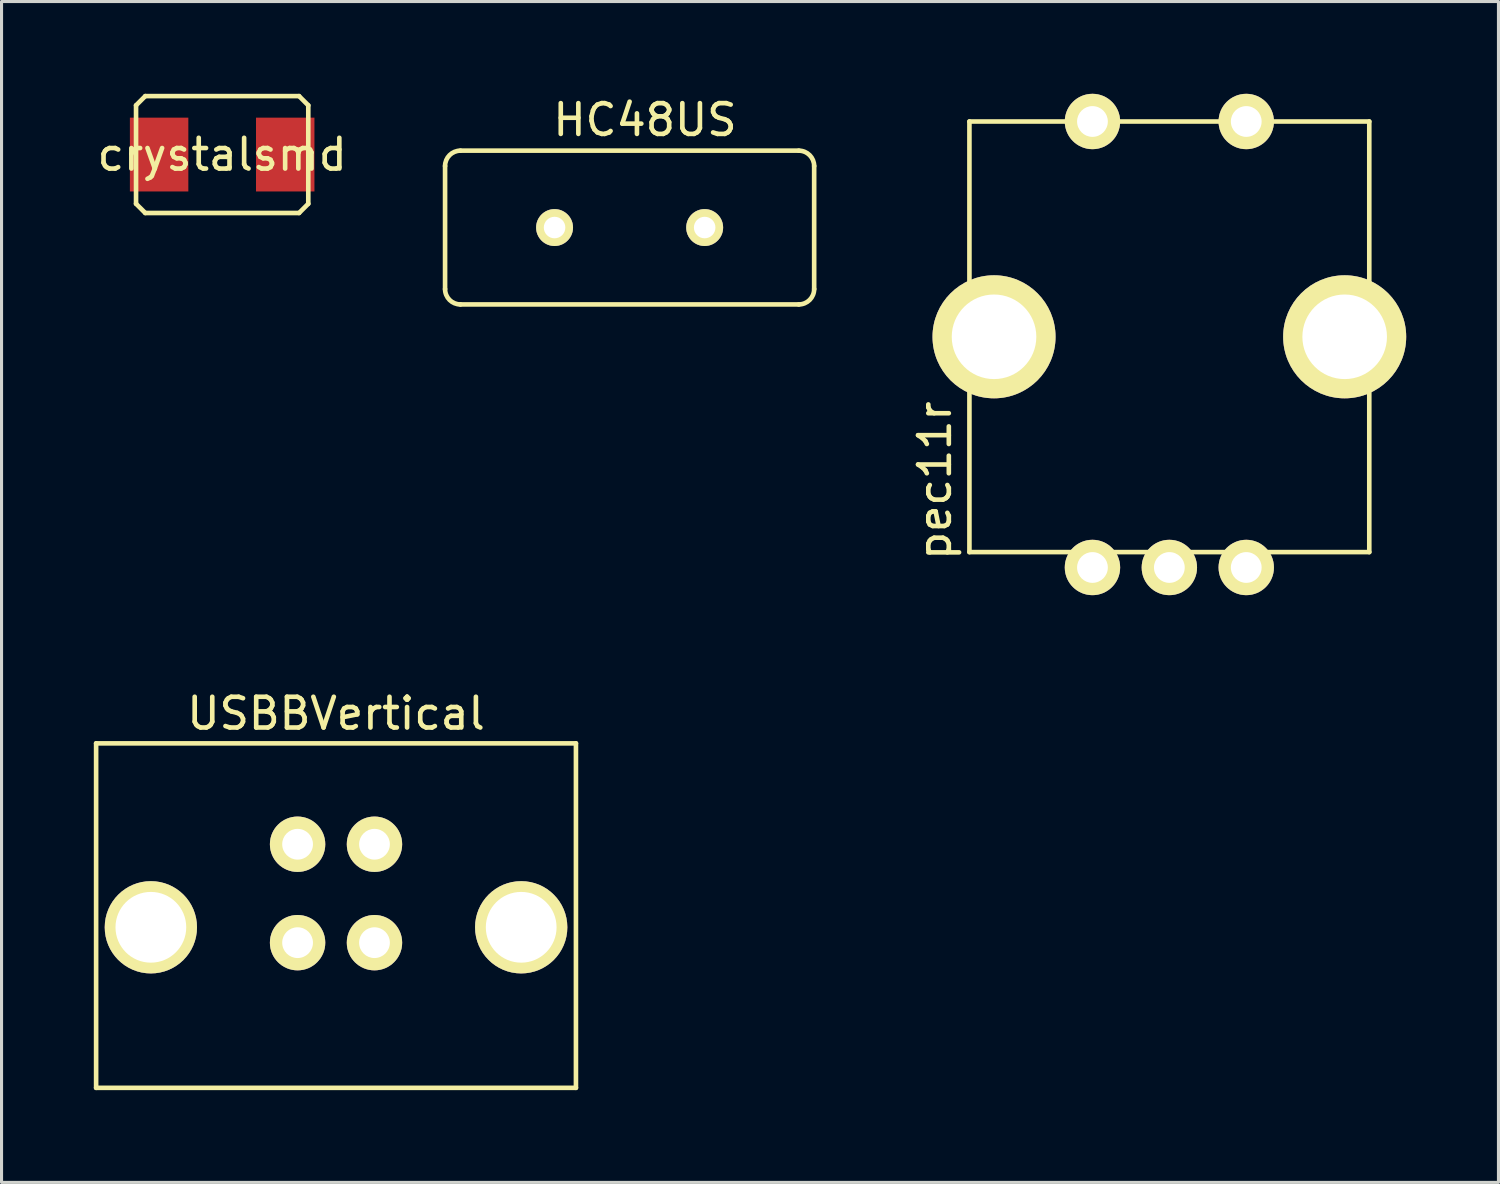
<source format=kicad_pcb>
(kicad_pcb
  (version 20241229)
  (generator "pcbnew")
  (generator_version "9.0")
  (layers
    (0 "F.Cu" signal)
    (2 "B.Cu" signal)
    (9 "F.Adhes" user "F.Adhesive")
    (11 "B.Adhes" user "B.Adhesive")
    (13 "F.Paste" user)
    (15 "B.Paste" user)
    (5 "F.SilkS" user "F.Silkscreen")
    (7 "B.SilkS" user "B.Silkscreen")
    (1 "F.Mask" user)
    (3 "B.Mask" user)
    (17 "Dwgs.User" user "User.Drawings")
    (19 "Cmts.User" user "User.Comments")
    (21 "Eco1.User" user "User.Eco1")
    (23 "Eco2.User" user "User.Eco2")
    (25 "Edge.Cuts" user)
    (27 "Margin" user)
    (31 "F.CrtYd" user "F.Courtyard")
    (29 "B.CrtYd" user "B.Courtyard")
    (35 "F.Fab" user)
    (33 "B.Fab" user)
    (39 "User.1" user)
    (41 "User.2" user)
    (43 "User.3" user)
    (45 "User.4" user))
  (footprint "HC48US"
    (layer "F.Cu")
    (at 17.42 4.348)
    (property "Reference" "HC48US" (at 0.5 -3.5 0) (layer "F.SilkS") (effects (font (size 1 1) (thickness 0.15))))
    (attr through_hole)
    (fp_line (start -6 2) (end -6 -2) (stroke (width 0.15) (type solid)) (layer "F.SilkS"))
    (fp_line (start -5.5 -2.5) (end 5.5 -2.5) (stroke (width 0.15) (type solid)) (layer "F.SilkS"))
    (fp_line (start 5.5 2.5) (end -5.5 2.5) (stroke (width 0.15) (type solid)) (layer "F.SilkS"))
    (fp_line (start 6 -2) (end 6 2) (stroke (width 0.15) (type solid)) (layer "F.SilkS"))
    (fp_arc (start -6 -2) (mid -5.853553 -2.353553) (end -5.5 -2.5) (stroke (width 0.15) (type solid)) (layer "F.SilkS"))
    (fp_arc (start -5.5 2.5) (mid -5.853553 2.353553) (end -6 2) (stroke (width 0.15) (type solid)) (layer "F.SilkS"))
    (fp_arc (start 5.5 -2.5) (mid 5.853553 -2.353553) (end 6 -2) (stroke (width 0.15) (type solid)) (layer "F.SilkS"))
    (fp_arc (start 6 2) (mid 5.853553 2.353553) (end 5.5 2.5) (stroke (width 0.15) (type solid)) (layer "F.SilkS"))
    (pad "1" thru_hole circle (at 2.44 0) (size 1.2 1.2) (drill 0.7) (layers "*.Cu" "*.Mask" "F.SilkS"))
    (pad "2" thru_hole circle (at -2.44 0) (size 1.2 1.2) (drill 0.7) (layers "*.Cu" "*.Mask" "F.SilkS")))
  (footprint "pec11r"
    (layer "F.Cu")
    (at 34.968 7.9)
    (property "Reference" "pec11r" (at -7.625 4.675 90) (layer "F.SilkS") (effects (font (size 1 1) (thickness 0.15))))
    (attr through_hole)
    (fp_line (start -6.5 -7) (end 6.5 -7) (stroke (width 0.15) (type solid)) (layer "F.SilkS"))
    (fp_line (start -6.5 7) (end -6.5 -7) (stroke (width 0.15) (type solid)) (layer "F.SilkS"))
    (fp_line (start 6.5 -7) (end 6.5 7) (stroke (width 0.15) (type solid)) (layer "F.SilkS"))
    (fp_line (start 6.5 7) (end -6.5 7) (stroke (width 0.15) (type solid)) (layer "F.SilkS"))
    (pad "" thru_hole circle (at -5.7 0) (size 4 4) (drill 2.75) (layers "*.Cu" "*.Mask" "F.SilkS"))
    (pad "" thru_hole circle (at 5.7 0) (size 4 4) (drill 2.75) (layers "*.Cu" "*.Mask" "F.SilkS"))
    (pad "1" thru_hole circle (at -2.5 7.5) (size 1.8 1.8) (drill 1) (layers "*.Cu" "*.Mask" "F.SilkS"))
    (pad "2" thru_hole circle (at 0 7.5) (size 1.8 1.8) (drill 1) (layers "*.Cu" "*.Mask" "F.SilkS"))
    (pad "3" thru_hole circle (at 2.5 7.5) (size 1.8 1.8) (drill 1) (layers "*.Cu" "*.Mask" "F.SilkS"))
    (pad "4" thru_hole circle (at -2.5 -7) (size 1.8 1.8) (drill 1) (layers "*.Cu" "*.Mask" "F.SilkS"))
    (pad "5" thru_hole circle (at 2.5 -7) (size 1.8 1.8) (drill 1) (layers "*.Cu" "*.Mask" "F.SilkS")))
  (footprint "USBBVertical"
    (layer "F.Cu")
    (at 7.875 26.648)
    (property "Reference" "USBBVertical" (at 0 -6.5 0) (layer "F.SilkS") (effects (font (size 1 1) (thickness 0.15))))
    (attr through_hole)
    (fp_line (start -7.8 -5.53) (end -7.8 5.67) (stroke (width 0.15) (type solid)) (layer "F.SilkS"))
    (fp_line (start -7.8 -5.53) (end 7.8 -5.53) (stroke (width 0.15) (type solid)) (layer "F.SilkS"))
    (fp_line (start -7.8 5.67) (end 7.8 5.67) (stroke (width 0.15) (type solid)) (layer "F.SilkS"))
    (fp_line (start 7.8 -5.53) (end 7.8 5.67) (stroke (width 0.15) (type solid)) (layer "F.SilkS"))
    (pad "1" thru_hole circle (at 1.25 -2.25) (size 1.8 1.8) (drill 1) (layers "*.Cu" "*.Mask" "F.SilkS"))
    (pad "2" thru_hole circle (at -1.25 -2.25) (size 1.8 1.8) (drill 1) (layers "*.Cu" "*.Mask" "F.SilkS"))
    (pad "3" thru_hole circle (at -1.25 0.95) (size 1.8 1.8) (drill 1) (layers "*.Cu" "*.Mask" "F.SilkS"))
    (pad "4" thru_hole circle (at 1.25 0.95) (size 1.8 1.8) (drill 1) (layers "*.Cu" "*.Mask" "F.SilkS"))
    (pad "5" thru_hole circle (at -6.02 0.45) (size 3 3) (drill 2.3) (layers "*.Cu" "*.Mask" "F.SilkS"))
    (pad "5" thru_hole circle (at 6.02 0.45) (size 3 3) (drill 2.3) (layers "*.Cu" "*.Mask" "F.SilkS")))
  (footprint "crystalsmd"
    (layer "F.Cu")
    (at 4.173 1.975)
    (property "Reference" "crystalsmd" (at 0 0 0) (layer "F.SilkS") (effects (font (size 1 1) (thickness 0.15))))
    (attr through_hole)
    (fp_line (start -2.8 -1.6) (end -2.5 -1.9) (stroke (width 0.15) (type solid)) (layer "F.SilkS"))
    (fp_line (start -2.8 1.6) (end -2.8 -1.6) (stroke (width 0.15) (type solid)) (layer "F.SilkS"))
    (fp_line (start -2.8 1.6) (end -2.5 1.9) (stroke (width 0.15) (type solid)) (layer "F.SilkS"))
    (fp_line (start -2.5 -1.9) (end 2.5 -1.9) (stroke (width 0.15) (type solid)) (layer "F.SilkS"))
    (fp_line (start 2.5 -1.9) (end 2.8 -1.6) (stroke (width 0.15) (type solid)) (layer "F.SilkS"))
    (fp_line (start 2.5 1.9) (end -2.5 1.9) (stroke (width 0.15) (type solid)) (layer "F.SilkS"))
    (fp_line (start 2.5 1.9) (end 2.8 1.6) (stroke (width 0.15) (type solid)) (layer "F.SilkS"))
    (fp_line (start 2.8 -1.6) (end 2.8 1.6) (stroke (width 0.15) (type solid)) (layer "F.SilkS"))
    (pad "1" smd rect (at -2.05 0) (size 1.9 2.4) (layers "F.Cu" "F.Mask" "F.Paste"))
    (pad "2" smd rect (at 2.05 0) (size 1.9 2.4) (layers "F.Cu" "F.Mask" "F.Paste")))
  (gr_rect
    (start -3 -3)
    (end 45.668 35.393)
    (stroke (width 0.1) (type default))
    (fill no)
    (layer "Edge.Cuts")))
</source>
